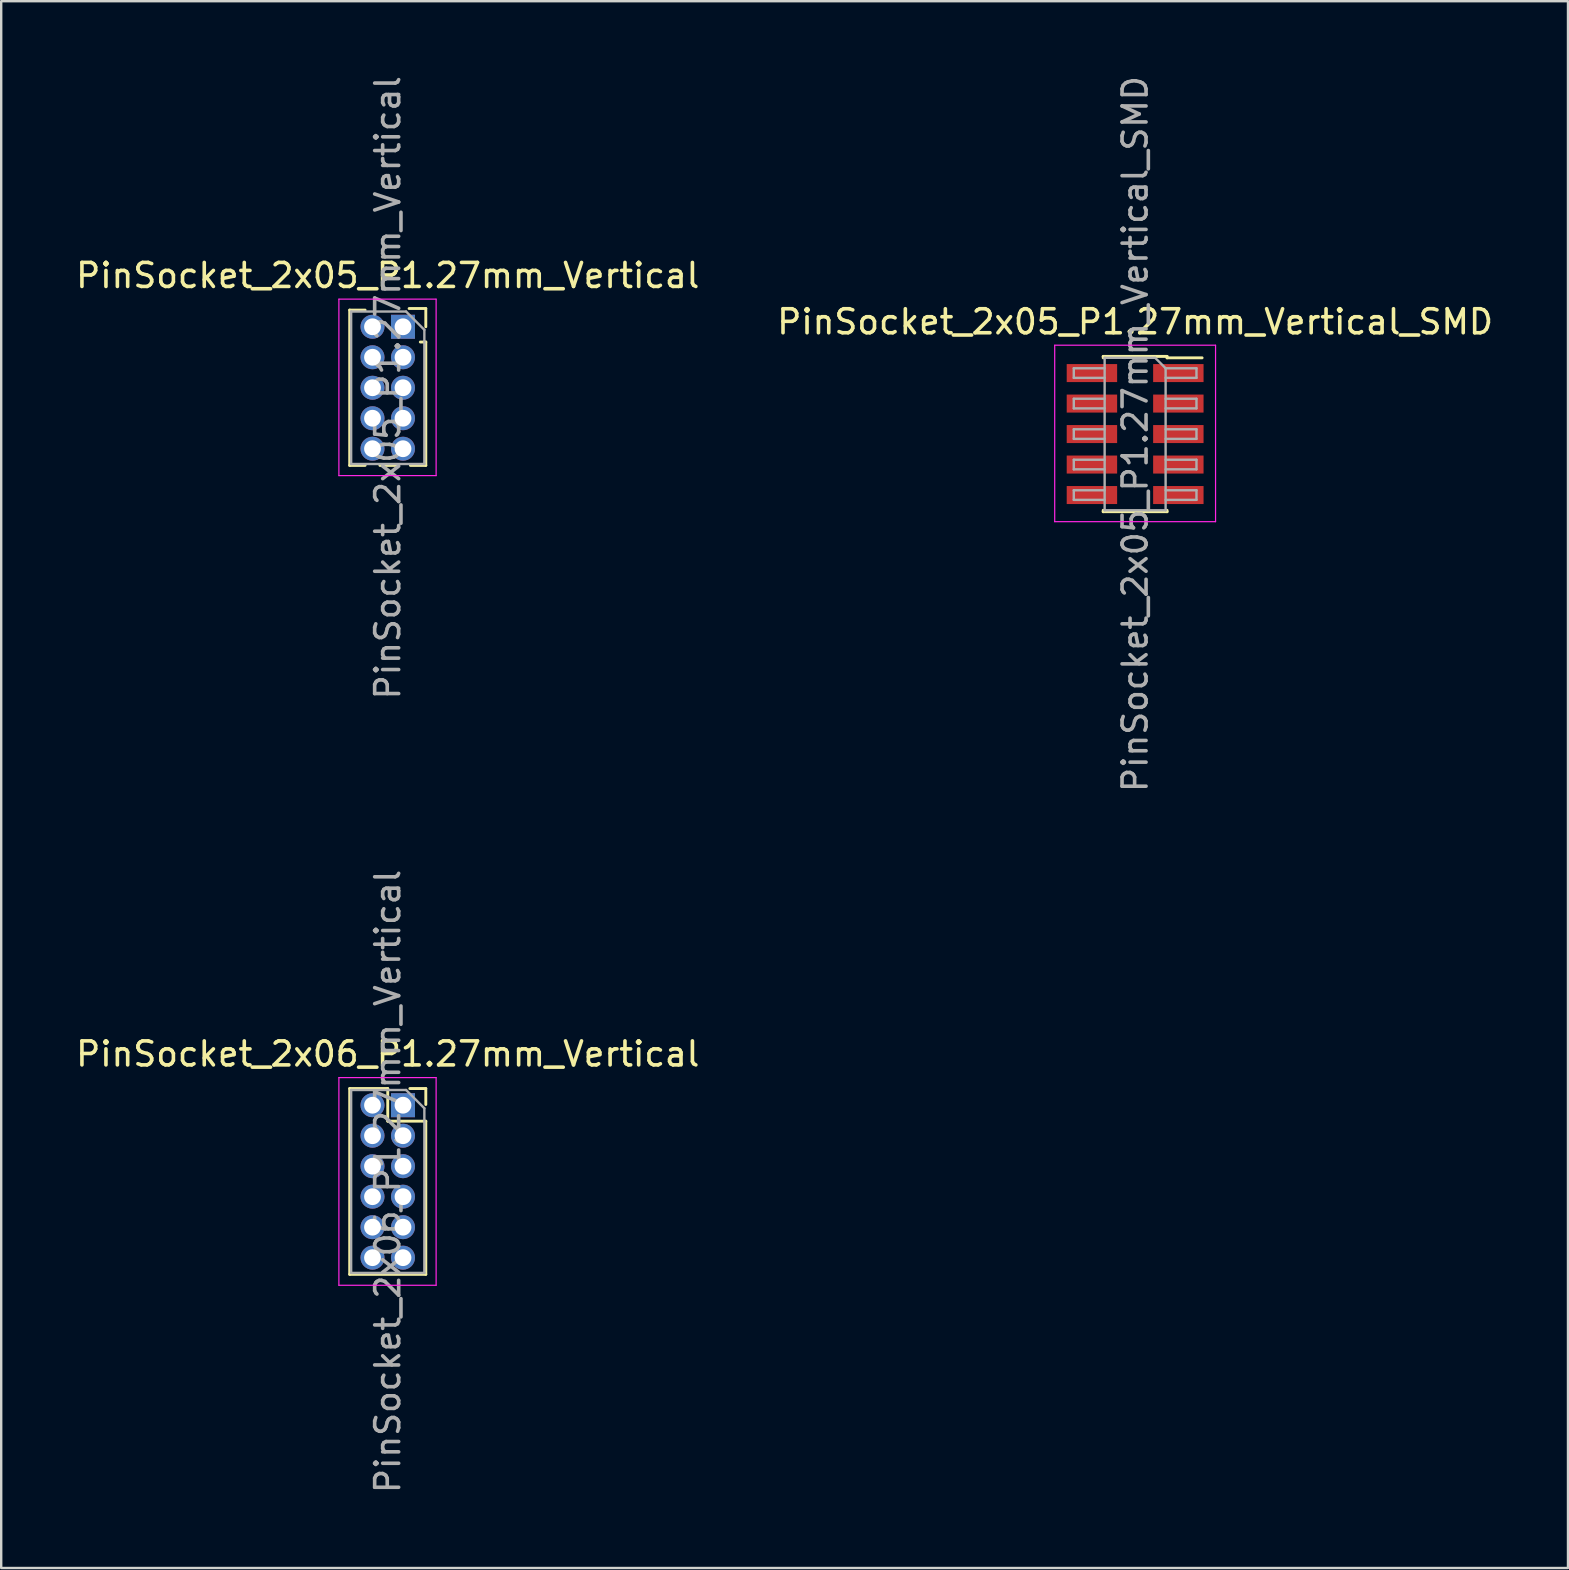
<source format=kicad_pcb>
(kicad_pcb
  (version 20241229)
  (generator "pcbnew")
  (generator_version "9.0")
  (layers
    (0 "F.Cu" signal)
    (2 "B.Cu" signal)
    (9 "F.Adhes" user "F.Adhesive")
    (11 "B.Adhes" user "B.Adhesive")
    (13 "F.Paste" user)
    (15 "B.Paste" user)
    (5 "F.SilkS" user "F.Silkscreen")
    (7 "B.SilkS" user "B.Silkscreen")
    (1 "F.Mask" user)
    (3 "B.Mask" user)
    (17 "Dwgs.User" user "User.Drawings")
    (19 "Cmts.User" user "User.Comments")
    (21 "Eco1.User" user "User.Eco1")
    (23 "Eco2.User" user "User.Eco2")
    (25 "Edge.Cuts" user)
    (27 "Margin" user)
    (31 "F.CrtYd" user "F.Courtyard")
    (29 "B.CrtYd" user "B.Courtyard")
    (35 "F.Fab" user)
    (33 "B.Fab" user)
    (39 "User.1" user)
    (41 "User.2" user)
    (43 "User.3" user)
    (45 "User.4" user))
  (footprint "PinSocket_2x05_P1.27mm_Vertical_SMD"
    (layer "F.Cu")
    (at 44.232 15.03)
    (property "Reference" "PinSocket_2x05_P1.27mm_Vertical_SMD" (at 0 -4.675 0) (layer "F.SilkS") (effects (font (size 1 1) (thickness 0.15))))
    (attr smd)
    (fp_line (start -1.33 -3.235) (end -1.33 -3.175) (stroke (width 0.12) (type solid)) (layer "F.SilkS"))
    (fp_line (start -1.33 -3.235) (end 1.33 -3.235) (stroke (width 0.12) (type solid)) (layer "F.SilkS"))
    (fp_line (start -1.33 3.175) (end -1.33 3.235) (stroke (width 0.12) (type solid)) (layer "F.SilkS"))
    (fp_line (start -1.33 3.235) (end 1.33 3.235) (stroke (width 0.12) (type solid)) (layer "F.SilkS"))
    (fp_line (start 1.33 -3.235) (end 1.33 -3.175) (stroke (width 0.12) (type solid)) (layer "F.SilkS"))
    (fp_line (start 1.33 -3.175) (end 2.79 -3.175) (stroke (width 0.12) (type solid)) (layer "F.SilkS"))
    (fp_line (start 1.33 3.175) (end 1.33 3.235) (stroke (width 0.12) (type solid)) (layer "F.SilkS"))
    (fp_line (start -3.35 -3.7) (end 3.35 -3.7) (stroke (width 0.05) (type solid)) (layer "F.CrtYd"))
    (fp_line (start -3.35 3.65) (end -3.35 -3.7) (stroke (width 0.05) (type solid)) (layer "F.CrtYd"))
    (fp_line (start 3.35 -3.7) (end 3.35 3.65) (stroke (width 0.05) (type solid)) (layer "F.CrtYd"))
    (fp_line (start 3.35 3.65) (end -3.35 3.65) (stroke (width 0.05) (type solid)) (layer "F.CrtYd"))
    (fp_line (start -2.555 -2.74) (end -1.27 -2.74) (stroke (width 0.1) (type solid)) (layer "F.Fab"))
    (fp_line (start -2.555 -2.34) (end -2.555 -2.74) (stroke (width 0.1) (type solid)) (layer "F.Fab"))
    (fp_line (start -2.555 -1.47) (end -1.27 -1.47) (stroke (width 0.1) (type solid)) (layer "F.Fab"))
    (fp_line (start -2.555 -1.07) (end -2.555 -1.47) (stroke (width 0.1) (type solid)) (layer "F.Fab"))
    (fp_line (start -2.555 -0.2) (end -1.27 -0.2) (stroke (width 0.1) (type solid)) (layer "F.Fab"))
    (fp_line (start -2.555 0.2) (end -2.555 -0.2) (stroke (width 0.1) (type solid)) (layer "F.Fab"))
    (fp_line (start -2.555 1.07) (end -1.27 1.07) (stroke (width 0.1) (type solid)) (layer "F.Fab"))
    (fp_line (start -2.555 1.47) (end -2.555 1.07) (stroke (width 0.1) (type solid)) (layer "F.Fab"))
    (fp_line (start -2.555 2.34) (end -1.27 2.34) (stroke (width 0.1) (type solid)) (layer "F.Fab"))
    (fp_line (start -2.555 2.74) (end -2.555 2.34) (stroke (width 0.1) (type solid)) (layer "F.Fab"))
    (fp_line (start -1.27 -3.175) (end 0.835 -3.175) (stroke (width 0.1) (type solid)) (layer "F.Fab"))
    (fp_line (start -1.27 -2.34) (end -2.555 -2.34) (stroke (width 0.1) (type solid)) (layer "F.Fab"))
    (fp_line (start -1.27 -1.07) (end -2.555 -1.07) (stroke (width 0.1) (type solid)) (layer "F.Fab"))
    (fp_line (start -1.27 0.2) (end -2.555 0.2) (stroke (width 0.1) (type solid)) (layer "F.Fab"))
    (fp_line (start -1.27 1.47) (end -2.555 1.47) (stroke (width 0.1) (type solid)) (layer "F.Fab"))
    (fp_line (start -1.27 2.74) (end -2.555 2.74) (stroke (width 0.1) (type solid)) (layer "F.Fab"))
    (fp_line (start -1.27 3.175) (end -1.27 -3.175) (stroke (width 0.1) (type solid)) (layer "F.Fab"))
    (fp_line (start 0.835 -3.175) (end 1.27 -2.74) (stroke (width 0.1) (type solid)) (layer "F.Fab"))
    (fp_line (start 1.27 -2.74) (end 1.27 3.175) (stroke (width 0.1) (type solid)) (layer "F.Fab"))
    (fp_line (start 1.27 -2.74) (end 2.555 -2.74) (stroke (width 0.1) (type solid)) (layer "F.Fab"))
    (fp_line (start 1.27 -1.47) (end 2.555 -1.47) (stroke (width 0.1) (type solid)) (layer "F.Fab"))
    (fp_line (start 1.27 -0.2) (end 2.555 -0.2) (stroke (width 0.1) (type solid)) (layer "F.Fab"))
    (fp_line (start 1.27 1.07) (end 2.555 1.07) (stroke (width 0.1) (type solid)) (layer "F.Fab"))
    (fp_line (start 1.27 2.34) (end 2.555 2.34) (stroke (width 0.1) (type solid)) (layer "F.Fab"))
    (fp_line (start 1.27 3.175) (end -1.27 3.175) (stroke (width 0.1) (type solid)) (layer "F.Fab"))
    (fp_line (start 2.555 -2.74) (end 2.555 -2.34) (stroke (width 0.1) (type solid)) (layer "F.Fab"))
    (fp_line (start 2.555 -2.34) (end 1.27 -2.34) (stroke (width 0.1) (type solid)) (layer "F.Fab"))
    (fp_line (start 2.555 -1.47) (end 2.555 -1.07) (stroke (width 0.1) (type solid)) (layer "F.Fab"))
    (fp_line (start 2.555 -1.07) (end 1.27 -1.07) (stroke (width 0.1) (type solid)) (layer "F.Fab"))
    (fp_line (start 2.555 -0.2) (end 2.555 0.2) (stroke (width 0.1) (type solid)) (layer "F.Fab"))
    (fp_line (start 2.555 0.2) (end 1.27 0.2) (stroke (width 0.1) (type solid)) (layer "F.Fab"))
    (fp_line (start 2.555 1.07) (end 2.555 1.47) (stroke (width 0.1) (type solid)) (layer "F.Fab"))
    (fp_line (start 2.555 1.47) (end 1.27 1.47) (stroke (width 0.1) (type solid)) (layer "F.Fab"))
    (fp_line (start 2.555 2.34) (end 2.555 2.74) (stroke (width 0.1) (type solid)) (layer "F.Fab"))
    (fp_line (start 2.555 2.74) (end 1.27 2.74) (stroke (width 0.1) (type solid)) (layer "F.Fab"))
    (fp_text user "${REFERENCE}" (at 0 0 90) (layer "F.Fab") (effects (font (size 1 1) (thickness 0.15))))
    (pad "1" smd rect (at 1.8 -2.54) (size 2.1 0.75) (layers "F.Cu" "F.Mask" "F.Paste"))
    (pad "2" smd rect (at -1.8 -2.54) (size 2.1 0.75) (layers "F.Cu" "F.Mask" "F.Paste"))
    (pad "3" smd rect (at 1.8 -1.27) (size 2.1 0.75) (layers "F.Cu" "F.Mask" "F.Paste"))
    (pad "4" smd rect (at -1.8 -1.27) (size 2.1 0.75) (layers "F.Cu" "F.Mask" "F.Paste"))
    (pad "5" smd rect (at 1.8 0) (size 2.1 0.75) (layers "F.Cu" "F.Mask" "F.Paste"))
    (pad "6" smd rect (at -1.8 0) (size 2.1 0.75) (layers "F.Cu" "F.Mask" "F.Paste"))
    (pad "7" smd rect (at 1.8 1.27) (size 2.1 0.75) (layers "F.Cu" "F.Mask" "F.Paste"))
    (pad "8" smd rect (at -1.8 1.27) (size 2.1 0.75) (layers "F.Cu" "F.Mask" "F.Paste"))
    (pad "9" smd rect (at 1.8 2.54) (size 2.1 0.75) (layers "F.Cu" "F.Mask" "F.Paste"))
    (pad "10" smd rect (at -1.8 2.54) (size 2.1 0.75) (layers "F.Cu" "F.Mask" "F.Paste")))
  (footprint "PinSocket_2x06_P1.27mm_Vertical"
    (layer "F.Cu")
    (at 13.736 42.986)
    (property "Reference" "PinSocket_2x06_P1.27mm_Vertical" (at -0.635 -2.135 0) (layer "F.SilkS") (effects (font (size 1 1) (thickness 0.15))))
    (attr through_hole)
    (fp_line (start -2.22 -0.695) (end -2.22 7.045) (stroke (width 0.12) (type solid)) (layer "F.SilkS"))
    (fp_line (start -2.22 7.045) (end 0.95 7.045) (stroke (width 0.12) (type solid)) (layer "F.SilkS"))
    (fp_line (start -0.635 -0.695) (end -2.22 -0.695) (stroke (width 0.12) (type solid)) (layer "F.SilkS"))
    (fp_line (start -0.635 0.665) (end -0.635 -0.695) (stroke (width 0.12) (type solid)) (layer "F.SilkS"))
    (fp_line (start 0.95 -0.695) (end 0.285 -0.695) (stroke (width 0.12) (type solid)) (layer "F.SilkS"))
    (fp_line (start 0.95 -0.03) (end 0.95 -0.695) (stroke (width 0.12) (type solid)) (layer "F.SilkS"))
    (fp_line (start 0.95 0.665) (end -0.635 0.665) (stroke (width 0.12) (type solid)) (layer "F.SilkS"))
    (fp_line (start 0.95 7.045) (end 0.95 0.665) (stroke (width 0.12) (type solid)) (layer "F.SilkS"))
    (fp_line (start -2.67 -1.15) (end 1.38 -1.15) (stroke (width 0.05) (type solid)) (layer "F.CrtYd"))
    (fp_line (start -2.67 7.5) (end -2.67 -1.15) (stroke (width 0.05) (type solid)) (layer "F.CrtYd"))
    (fp_line (start 1.38 -1.15) (end 1.38 7.5) (stroke (width 0.05) (type solid)) (layer "F.CrtYd"))
    (fp_line (start 1.38 7.5) (end -2.67 7.5) (stroke (width 0.05) (type solid)) (layer "F.CrtYd"))
    (fp_line (start -2.16 -0.635) (end 0.128 -0.635) (stroke (width 0.1) (type solid)) (layer "F.Fab"))
    (fp_line (start -2.16 6.985) (end -2.16 -0.635) (stroke (width 0.1) (type solid)) (layer "F.Fab"))
    (fp_line (start 0.128 -0.635) (end 0.89 0.128) (stroke (width 0.1) (type solid)) (layer "F.Fab"))
    (fp_line (start 0.89 0.128) (end 0.89 6.985) (stroke (width 0.1) (type solid)) (layer "F.Fab"))
    (fp_line (start 0.89 6.985) (end -2.16 6.985) (stroke (width 0.1) (type solid)) (layer "F.Fab"))
    (fp_text user "${REFERENCE}" (at -0.635 3.175 90) (layer "F.Fab") (effects (font (size 1 1) (thickness 0.15))))
    (pad "1" thru_hole rect (at 0 0) (size 1 1) (drill 0.7) (layers "*.Cu" "*.Mask"))
    (pad "2" thru_hole oval (at -1.27 0) (size 1 1) (drill 0.7) (layers "*.Cu" "*.Mask"))
    (pad "3" thru_hole oval (at 0 1.27) (size 1 1) (drill 0.7) (layers "*.Cu" "*.Mask"))
    (pad "4" thru_hole oval (at -1.27 1.27) (size 1 1) (drill 0.7) (layers "*.Cu" "*.Mask"))
    (pad "5" thru_hole oval (at 0 2.54) (size 1 1) (drill 0.7) (layers "*.Cu" "*.Mask"))
    (pad "6" thru_hole oval (at -1.27 2.54) (size 1 1) (drill 0.7) (layers "*.Cu" "*.Mask"))
    (pad "7" thru_hole oval (at 0 3.81) (size 1 1) (drill 0.7) (layers "*.Cu" "*.Mask"))
    (pad "8" thru_hole oval (at -1.27 3.81) (size 1 1) (drill 0.7) (layers "*.Cu" "*.Mask"))
    (pad "9" thru_hole oval (at 0 5.08) (size 1 1) (drill 0.7) (layers "*.Cu" "*.Mask"))
    (pad "10" thru_hole oval (at -1.27 5.08) (size 1 1) (drill 0.7) (layers "*.Cu" "*.Mask"))
    (pad "11" thru_hole oval (at 0 6.35) (size 1 1) (drill 0.7) (layers "*.Cu" "*.Mask"))
    (pad "12" thru_hole oval (at -1.27 6.35) (size 1 1) (drill 0.7) (layers "*.Cu" "*.Mask")))
  (footprint "PinSocket_2x05_P1.27mm_Vertical"
    (layer "F.Cu")
    (at 13.736 10.561)
    (property "Reference" "PinSocket_2x05_P1.27mm_Vertical" (at -0.635 -2.135 0) (layer "F.SilkS") (effects (font (size 1 1) (thickness 0.15))))
    (attr through_hole)
    (fp_line (start -2.22 -0.695) (end -2.22 5.775) (stroke (width 0.12) (type solid)) (layer "F.SilkS"))
    (fp_line (start -2.22 -0.695) (end -1.578 -0.695) (stroke (width 0.12) (type solid)) (layer "F.SilkS"))
    (fp_line (start -2.22 5.775) (end -1.578 5.775) (stroke (width 0.12) (type solid)) (layer "F.SilkS"))
    (fp_line (start -0.962 5.775) (end -0.308 5.775) (stroke (width 0.12) (type solid)) (layer "F.SilkS"))
    (fp_line (start 0.255 -0.76) (end 0.95 -0.76) (stroke (width 0.12) (type solid)) (layer "F.SilkS"))
    (fp_line (start 0.308 5.775) (end 0.95 5.775) (stroke (width 0.12) (type solid)) (layer "F.SilkS"))
    (fp_line (start 0.722 0.635) (end 0.95 0.635) (stroke (width 0.12) (type solid)) (layer "F.SilkS"))
    (fp_line (start 0.95 -0.76) (end 0.95 0) (stroke (width 0.12) (type solid)) (layer "F.SilkS"))
    (fp_line (start 0.95 0.635) (end 0.95 5.775) (stroke (width 0.12) (type solid)) (layer "F.SilkS"))
    (fp_line (start -2.67 -1.15) (end 1.38 -1.15) (stroke (width 0.05) (type solid)) (layer "F.CrtYd"))
    (fp_line (start -2.67 6.2) (end -2.67 -1.15) (stroke (width 0.05) (type solid)) (layer "F.CrtYd"))
    (fp_line (start 1.38 -1.15) (end 1.38 6.2) (stroke (width 0.05) (type solid)) (layer "F.CrtYd"))
    (fp_line (start 1.38 6.2) (end -2.67 6.2) (stroke (width 0.05) (type solid)) (layer "F.CrtYd"))
    (fp_line (start -2.16 -0.635) (end 0.128 -0.635) (stroke (width 0.1) (type solid)) (layer "F.Fab"))
    (fp_line (start -2.16 5.715) (end -2.16 -0.635) (stroke (width 0.1) (type solid)) (layer "F.Fab"))
    (fp_line (start 0.128 -0.635) (end 0.89 0.128) (stroke (width 0.1) (type solid)) (layer "F.Fab"))
    (fp_line (start 0.89 0.128) (end 0.89 5.715) (stroke (width 0.1) (type solid)) (layer "F.Fab"))
    (fp_line (start 0.89 5.715) (end -2.16 5.715) (stroke (width 0.1) (type solid)) (layer "F.Fab"))
    (fp_text user "${REFERENCE}" (at -0.635 2.54 90) (layer "F.Fab") (effects (font (size 1 1) (thickness 0.15))))
    (pad "1" thru_hole rect (at 0 0) (size 1 1) (drill 0.7) (layers "*.Cu" "*.Mask"))
    (pad "2" thru_hole oval (at -1.27 0) (size 1 1) (drill 0.7) (layers "*.Cu" "*.Mask"))
    (pad "3" thru_hole oval (at 0 1.27) (size 1 1) (drill 0.7) (layers "*.Cu" "*.Mask"))
    (pad "4" thru_hole oval (at -1.27 1.27) (size 1 1) (drill 0.7) (layers "*.Cu" "*.Mask"))
    (pad "5" thru_hole oval (at 0 2.54) (size 1 1) (drill 0.7) (layers "*.Cu" "*.Mask"))
    (pad "6" thru_hole oval (at -1.27 2.54) (size 1 1) (drill 0.7) (layers "*.Cu" "*.Mask"))
    (pad "7" thru_hole oval (at 0 3.81) (size 1 1) (drill 0.7) (layers "*.Cu" "*.Mask"))
    (pad "8" thru_hole oval (at -1.27 3.81) (size 1 1) (drill 0.7) (layers "*.Cu" "*.Mask"))
    (pad "9" thru_hole oval (at 0 5.08) (size 1 1) (drill 0.7) (layers "*.Cu" "*.Mask"))
    (pad "10" thru_hole oval (at -1.27 5.08) (size 1 1) (drill 0.7) (layers "*.Cu" "*.Mask")))
  (gr_rect
    (start -3 -3)
    (end 62.262 62.262)
    (stroke (width 0.1) (type default))
    (fill no)
    (layer "Edge.Cuts")))
</source>
